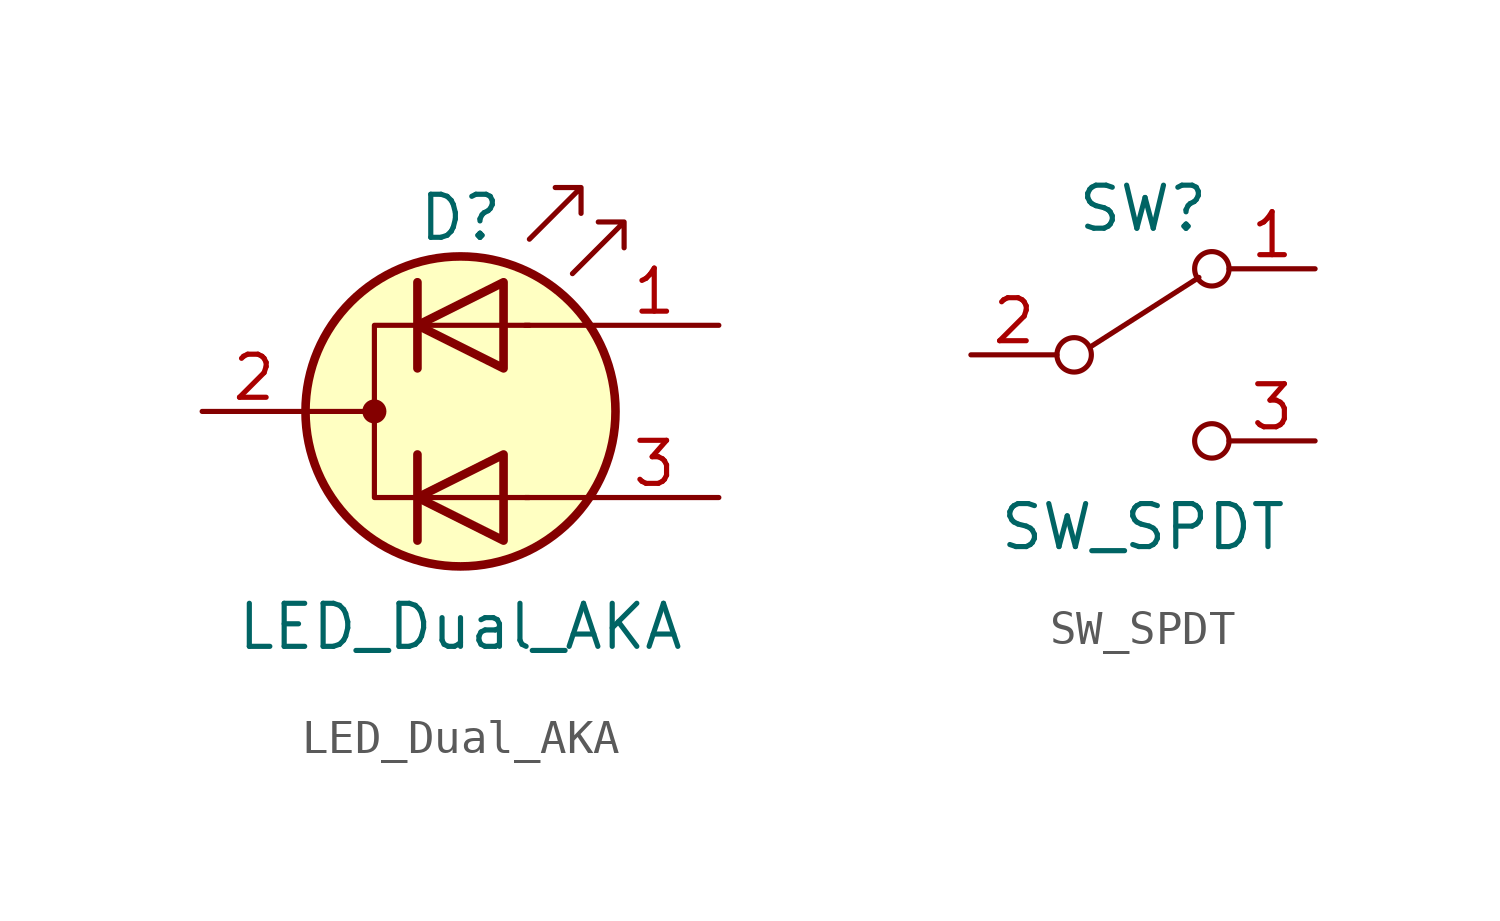
<source format=kicad_sym>
(kicad_symbol_lib
  (version 20200908)
  (generator kicad_symbol_editor)
  (symbol "panel_mount:LED_Dual_AKA"
    (pin_names
      (offset 0) hide)
    (property "Reference" "D"
      (at 0 5.715 0)
      (effects (font (size 1.27 1.27))))
    (property "Value" "LED_Dual_AKA"
      (at 0 -6.35 0)
      (effects (font (size 1.27 1.27))))
    (symbol "LED_Dual_AKA_0_1"
      (circle (center -2.54 0) (radius 0.279) (stroke (width 0)) (fill (type outline)))
      (circle (center 0 0) (radius 4.572) (stroke (width 0.254)) (fill (type background)))
      (polyline (pts (xy -4.572 0) (xy -2.54 0)) (stroke (width 0)) (fill (type none)))
      (polyline (pts (xy -1.27 -1.27) (xy -1.27 -3.81)) (stroke (width 0.254)) (fill (type none)))
      (polyline (pts (xy -1.27 1.27) (xy -1.27 3.81)) (stroke (width 0.254)) (fill (type none)))
      (polyline (pts (xy 3.81 -2.54) (xy 1.905 -2.54)) (stroke (width 0)) (fill (type none)))
      (polyline (pts (xy 3.81 2.54) (xy 1.905 2.54)) (stroke (width 0)) (fill (type none)))
      (polyline (pts (xy 1.27 -3.81) (xy 1.27 -1.27) (xy -1.27 -2.54) (xy 1.27 -3.81)) (stroke (width 0.254)) (fill (type none)))
      (polyline (pts (xy 1.27 1.27) (xy 1.27 3.81) (xy -1.27 2.54) (xy 1.27 1.27)) (stroke (width 0.254)) (fill (type none)))
      (polyline (pts (xy 2.032 2.54) (xy -2.54 2.54) (xy -2.54 -2.54) (xy 2.032 -2.54)) (stroke (width 0)) (fill (type none)))
      (polyline (pts (xy 2.032 5.08) (xy 3.556 6.604) (xy 2.794 6.604) (xy 3.556 6.604) (xy 3.556 5.842)) (stroke (width 0)) (fill (type none)))
      (polyline (pts (xy 3.302 4.064) (xy 4.826 5.588) (xy 4.064 5.588) (xy 4.826 5.588) (xy 4.826 4.826)) (stroke (width 0)) (fill (type none))))
    (symbol "LED_Dual_AKA_1_1"
      (pin input line (at 7.62 2.54 180) (length 3.81) (name "A1" (effects (font (size 1.27 1.27)))) (number "1" (effects (font (size 1.27 1.27)))))
      (pin input line (at -7.62 0 0) (length 3.048) (name "K" (effects (font (size 1.27 1.27)))) (number "2" (effects (font (size 1.27 1.27)))))
      (pin input line (at 7.62 -2.54 180) (length 3.81) (name "A2" (effects (font (size 1.27 1.27)))) (number "3" (effects (font (size 1.27 1.27)))))))
  (symbol "panel_mount:SW_SPDT"
    (pin_names
      (offset 0) hide)
    (property "Reference" "SW"
      (at 0 4.318 0)
      (effects (font (size 1.27 1.27))))
    (property "Value" "SW_SPDT"
      (at 0 -5.08 0)
      (effects (font (size 1.27 1.27))))
    (symbol "SW_SPDT_0_0"
      (circle (center -2.032 0) (radius 0.508) (stroke (width 0)) (fill (type none)))
      (circle (center 2.032 -2.54) (radius 0.508) (stroke (width 0)) (fill (type none))))
    (symbol "SW_SPDT_0_1"
      (circle (center 2.032 2.54) (radius 0.508) (stroke (width 0)) (fill (type none)))
      (polyline (pts (xy -1.524 0.254) (xy 1.651 2.286)) (stroke (width 0)) (fill (type none))))
    (symbol "SW_SPDT_1_1"
      (pin passive line (at 5.08 2.54 180) (length 2.54) (name "A" (effects (font (size 1.27 1.27)))) (number "1" (effects (font (size 1.27 1.27)))))
      (pin passive line (at -5.08 0 0) (length 2.54) (name "B" (effects (font (size 1.27 1.27)))) (number "2" (effects (font (size 1.27 1.27)))))
      (pin passive line (at 5.08 -2.54 180) (length 2.54) (name "C" (effects (font (size 1.27 1.27)))) (number "3" (effects (font (size 1.27 1.27))))))))
</source>
